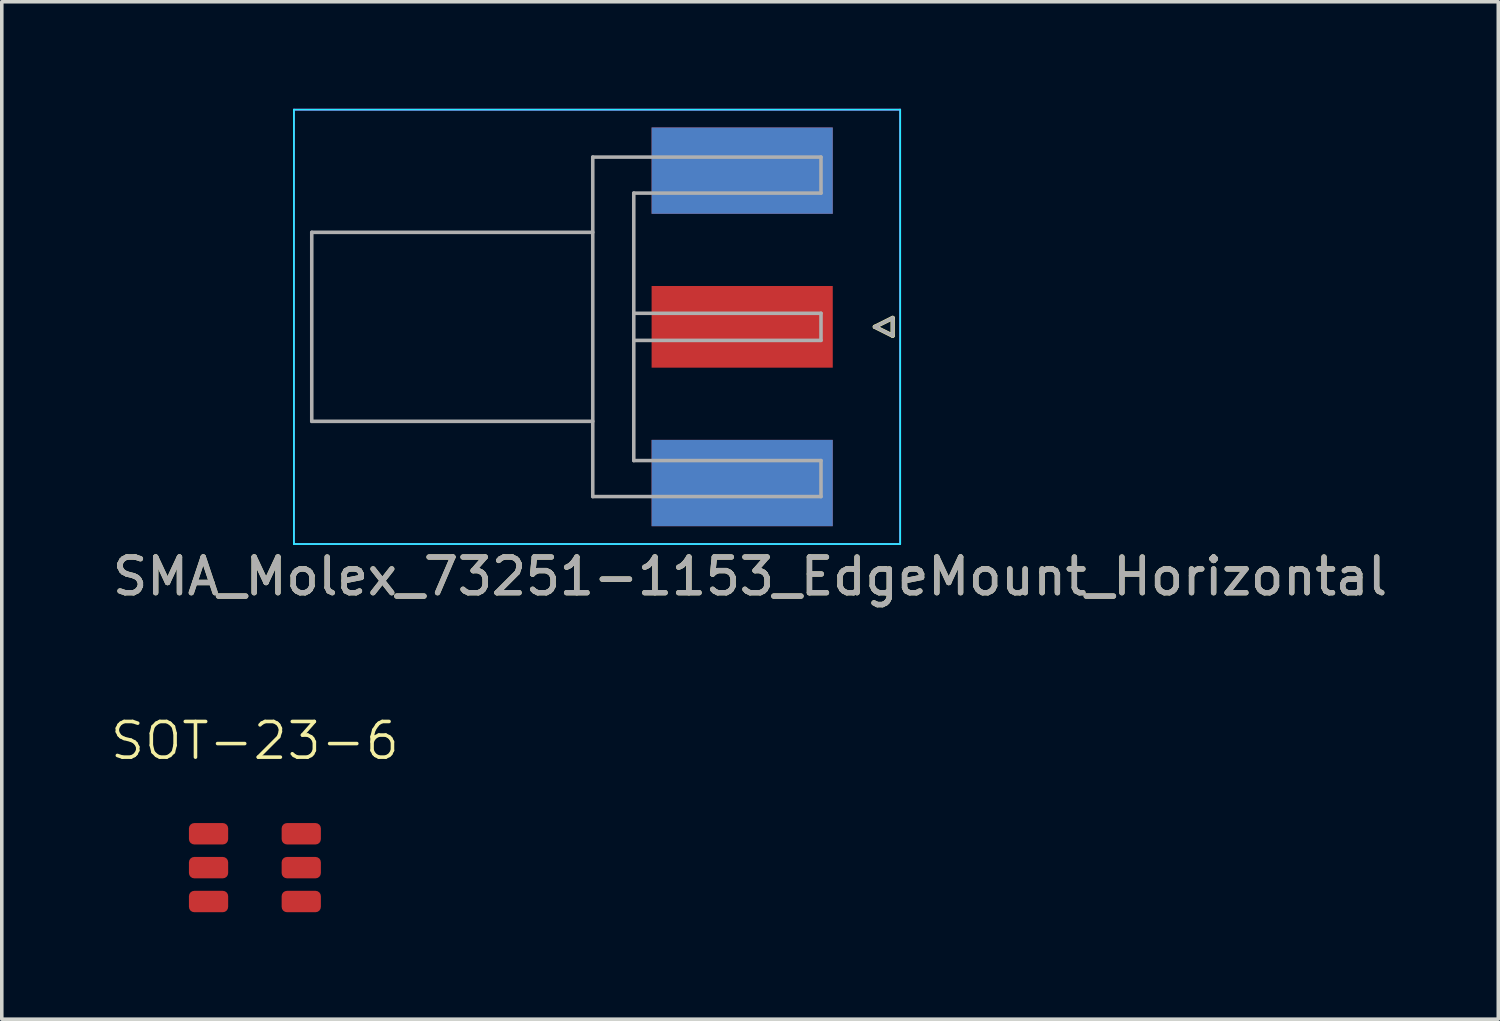
<source format=kicad_pcb>
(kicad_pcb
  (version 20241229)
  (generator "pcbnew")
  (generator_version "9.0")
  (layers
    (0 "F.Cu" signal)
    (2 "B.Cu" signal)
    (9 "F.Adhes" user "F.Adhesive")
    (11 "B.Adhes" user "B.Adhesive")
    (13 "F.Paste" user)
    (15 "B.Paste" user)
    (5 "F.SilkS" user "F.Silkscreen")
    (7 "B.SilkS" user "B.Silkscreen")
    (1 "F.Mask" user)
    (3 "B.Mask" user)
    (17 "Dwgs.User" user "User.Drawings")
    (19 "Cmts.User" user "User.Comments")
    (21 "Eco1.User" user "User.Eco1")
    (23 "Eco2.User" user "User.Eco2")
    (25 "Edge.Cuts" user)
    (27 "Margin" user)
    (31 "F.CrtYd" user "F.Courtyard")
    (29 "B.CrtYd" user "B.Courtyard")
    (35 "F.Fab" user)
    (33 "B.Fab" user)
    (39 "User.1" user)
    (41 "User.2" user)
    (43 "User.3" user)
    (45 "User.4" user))
  (footprint "SOT-23-6"
    (layer "F.Cu")
    (at 4.098 21.28)
    (property "Reference" "SOT-23-6" (at 0 -3.556 0) (unlocked yes) (layer "F.SilkS") (effects (font (size 1 1) (thickness 0.1))))
    (attr smd)
    (pad "1" smd roundrect (at -1.3 -0.95) (size 1.1 0.6) (layers "F.Cu" "F.Mask" "F.Paste") (roundrect_rratio 0.25))
    (pad "2" smd roundrect (at -1.3 0) (size 1.1 0.6) (layers "F.Cu" "F.Mask" "F.Paste") (roundrect_rratio 0.25))
    (pad "3" smd roundrect (at -1.3 0.95) (size 1.1 0.6) (layers "F.Cu" "F.Mask" "F.Paste") (roundrect_rratio 0.25))
    (pad "4" smd roundrect (at 1.3 0.95) (size 1.1 0.6) (layers "F.Cu" "F.Mask" "F.Paste") (roundrect_rratio 0.25))
    (pad "5" smd roundrect (at 1.3 0) (size 1.1 0.6) (layers "F.Cu" "F.Mask" "F.Paste") (roundrect_rratio 0.25))
    (pad "6" smd roundrect (at 1.3 -0.95) (size 1.1 0.6) (layers "F.Cu" "F.Mask" "F.Paste") (roundrect_rratio 0.25)))
  (footprint "SMA_Molex_73251-1153_EdgeMount_Horizontal"
    (layer "F.Cu")
    (at 19.482 6.115)
    (property "Reference" "SMA_Molex_73251-1153_EdgeMount_Horizontal" (at -1.5 7 0) (layer "F.SilkS") (effects (font (size 1 1) (thickness 0.15))))
    (attr smd)
    (fp_line (start 2 0) (end 2.5 -0.25) (stroke (width 0.12) (type solid)) (layer "F.SilkS"))
    (fp_line (start 2.5 -0.25) (end 2.5 0.25) (stroke (width 0.12) (type solid)) (layer "F.SilkS"))
    (fp_line (start 2.5 0.25) (end 2 0) (stroke (width 0.12) (type solid)) (layer "F.SilkS"))
    (fp_line (start -14.29 -6.09) (end -14.29 6.09) (stroke (width 0.05) (type solid)) (layer "B.CrtYd"))
    (fp_line (start -14.29 -6.09) (end 2.71 -6.09) (stroke (width 0.05) (type solid)) (layer "B.CrtYd"))
    (fp_line (start -14.29 6.09) (end 2.71 6.09) (stroke (width 0.05) (type solid)) (layer "B.CrtYd"))
    (fp_line (start 2.71 -6.09) (end 2.71 6.09) (stroke (width 0.05) (type solid)) (layer "B.CrtYd"))
    (fp_line (start -14.29 -6.09) (end -14.29 6.09) (stroke (width 0.05) (type solid)) (layer "F.CrtYd"))
    (fp_line (start -14.29 6.09) (end 2.71 6.09) (stroke (width 0.05) (type solid)) (layer "F.CrtYd"))
    (fp_line (start 2.71 -6.09) (end -14.29 -6.09) (stroke (width 0.05) (type solid)) (layer "F.CrtYd"))
    (fp_line (start 2.71 -6.09) (end 2.71 6.09) (stroke (width 0.05) (type solid)) (layer "F.CrtYd"))
    (fp_line (start -13.79 -2.65) (end -13.79 2.65) (stroke (width 0.1) (type solid)) (layer "F.Fab"))
    (fp_line (start -13.79 -2.65) (end -5.91 -2.65) (stroke (width 0.1) (type solid)) (layer "F.Fab"))
    (fp_line (start -13.79 2.65) (end -5.91 2.65) (stroke (width 0.1) (type solid)) (layer "F.Fab"))
    (fp_line (start -5.91 -4.76) (end -5.91 4.76) (stroke (width 0.1) (type solid)) (layer "F.Fab"))
    (fp_line (start -5.91 4.76) (end 0.49 4.76) (stroke (width 0.1) (type solid)) (layer "F.Fab"))
    (fp_line (start -4.76 -3.75) (end -4.76 3.75) (stroke (width 0.1) (type solid)) (layer "F.Fab"))
    (fp_line (start -4.76 -3.75) (end 0.49 -3.75) (stroke (width 0.1) (type solid)) (layer "F.Fab"))
    (fp_line (start -4.76 -0.38) (end 0.49 -0.38) (stroke (width 0.1) (type solid)) (layer "F.Fab"))
    (fp_line (start -4.76 0.38) (end 0.49 0.38) (stroke (width 0.1) (type solid)) (layer "F.Fab"))
    (fp_line (start -4.76 3.75) (end 0.49 3.75) (stroke (width 0.1) (type solid)) (layer "F.Fab"))
    (fp_line (start 0.49 -4.76) (end -5.91 -4.76) (stroke (width 0.1) (type solid)) (layer "F.Fab"))
    (fp_line (start 0.49 -4.76) (end 0.49 -3.75) (stroke (width 0.1) (type solid)) (layer "F.Fab"))
    (fp_line (start 0.49 -0.38) (end 0.49 0.38) (stroke (width 0.1) (type solid)) (layer "F.Fab"))
    (fp_line (start 0.49 3.75) (end 0.49 4.76) (stroke (width 0.1) (type solid)) (layer "F.Fab"))
    (fp_line (start 2 0) (end 2.5 0.25) (stroke (width 0.1) (type solid)) (layer "F.Fab"))
    (fp_line (start 2.5 -0.25) (end 2 0) (stroke (width 0.1) (type solid)) (layer "F.Fab"))
    (fp_line (start 2.5 0.25) (end 2.5 -0.25) (stroke (width 0.1) (type solid)) (layer "F.Fab"))
    (fp_text user "${REFERENCE}" (at -1.5 7 0) (layer "F.Fab") (effects (font (size 1 1) (thickness 0.15))))
    (pad "1" smd rect (at -1.72 0) (size 5.08 2.29) (layers "F.Cu" "F.Mask" "F.Paste"))
    (pad "2" smd rect (at -1.72 -4.38) (size 5.08 2.42) (layers "F.Cu" "F.Mask" "F.Paste"))
    (pad "2" smd rect (at -1.72 -4.38) (size 5.08 2.42) (layers "B.Cu" "B.Mask" "B.Paste"))
    (pad "2" smd rect (at -1.72 4.38) (size 5.08 2.42) (layers "F.Cu" "F.Mask" "F.Paste"))
    (pad "2" smd rect (at -1.72 4.38) (size 5.08 2.42) (layers "B.Cu" "B.Mask" "B.Paste")))
  (gr_rect
    (start -3 -3)
    (end 38.964 25.53)
    (stroke (width 0.1) (type default))
    (fill no)
    (layer "Edge.Cuts")))
</source>
